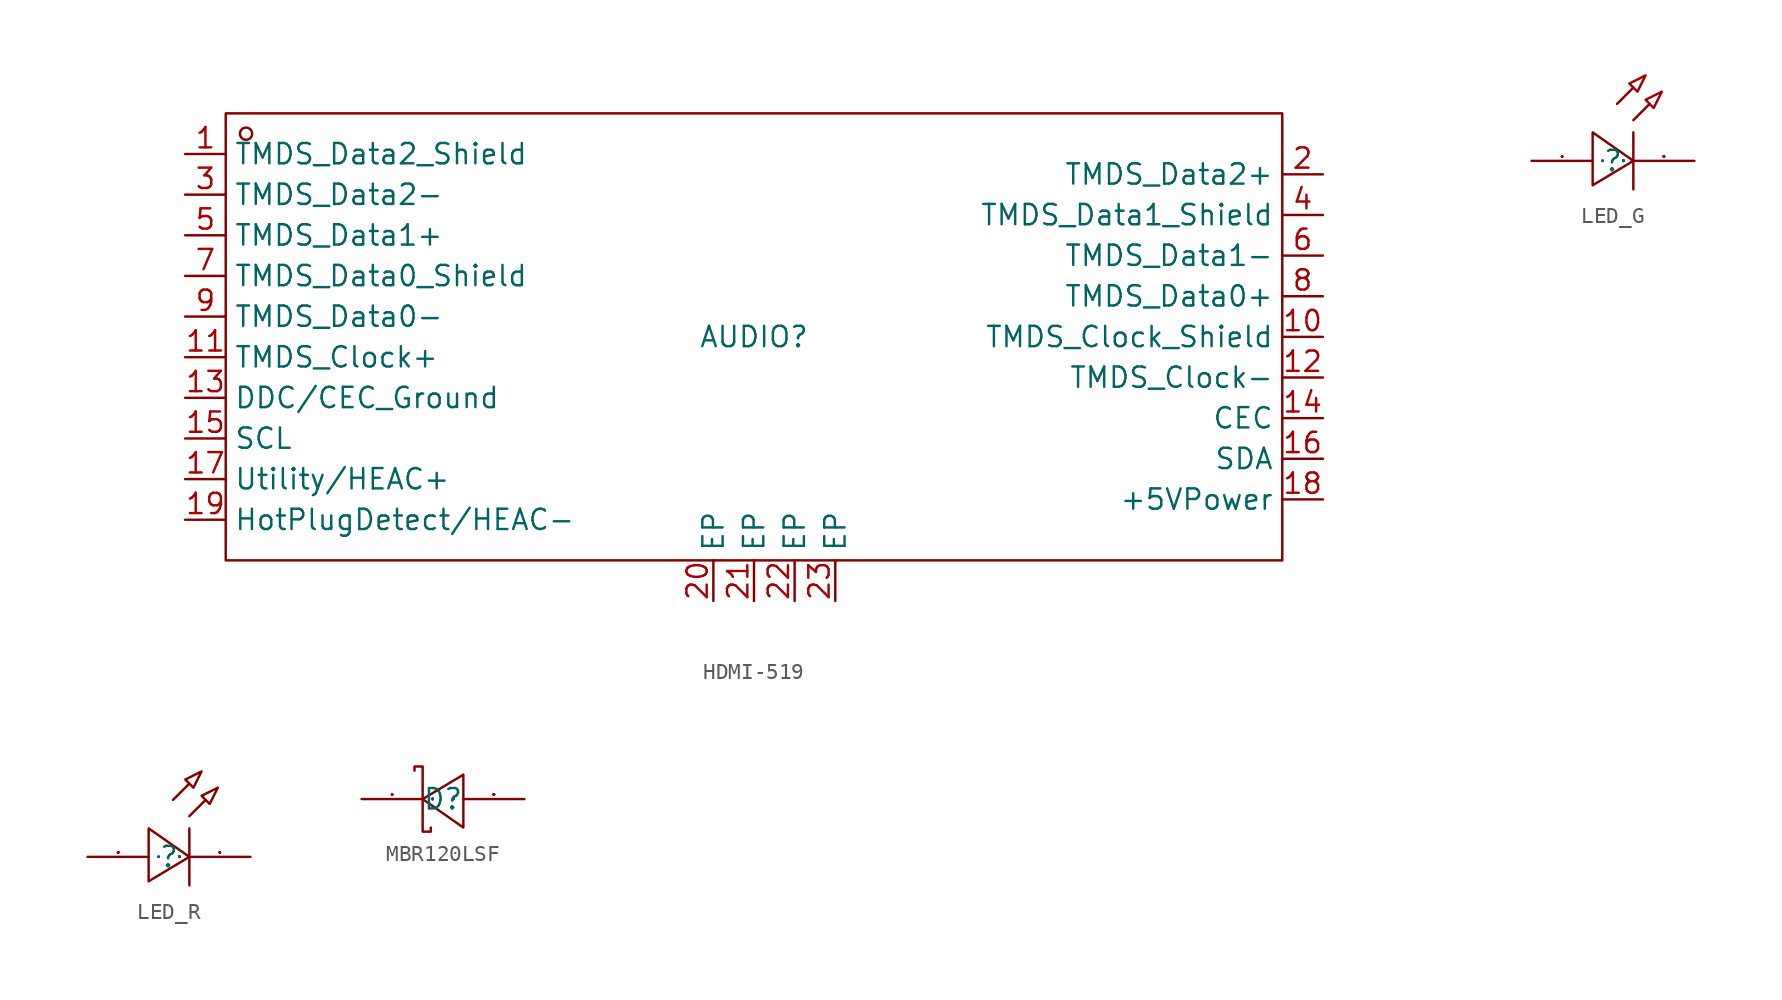
<source format=kicad_sym>
(kicad_symbol_lib
  (version 20231120)
  (generator "kicad_symbol_editor")
  (generator_version "8.0")
  (symbol "HDMI-519"
    (property "Reference" "AUDIO"
      (at 0 0 0)
      (effects (font (size 1.27 1.27))))
    (property "Value" ""
      (at 0 0 0)
      (effects (font (size 1.27 1.27))))
    (symbol "HDMI-519_1_0"
      (rectangle (start -33.02 -13.97) (end 33.02 13.97) (stroke (width 0) (type default)) (fill (type none)))
      (circle (center -31.75 12.7) (radius 0.381) (stroke (width 0) (type default)) (fill (type none)))
      (pin input line (at -35.56 11.43 0) (length 2.54) (name "TMDS_Data2_Shield" (effects (font (size 1.27 1.27)))) (number "1" (effects (font (size 1.27 1.27)))))
      (pin input line (at 35.56 0 180) (length 2.54) (name "TMDS_Clock_Shield" (effects (font (size 1.27 1.27)))) (number "10" (effects (font (size 1.27 1.27)))))
      (pin input line (at -35.56 -1.27 0) (length 2.54) (name "TMDS_Clock+" (effects (font (size 1.27 1.27)))) (number "11" (effects (font (size 1.27 1.27)))))
      (pin input line (at 35.56 -2.54 180) (length 2.54) (name "TMDS_Clock-" (effects (font (size 1.27 1.27)))) (number "12" (effects (font (size 1.27 1.27)))))
      (pin input line (at -35.56 -3.81 0) (length 2.54) (name "DDC/CEC_Ground" (effects (font (size 1.27 1.27)))) (number "13" (effects (font (size 1.27 1.27)))))
      (pin input line (at 35.56 -5.08 180) (length 2.54) (name "CEC" (effects (font (size 1.27 1.27)))) (number "14" (effects (font (size 1.27 1.27)))))
      (pin input line (at -35.56 -6.35 0) (length 2.54) (name "SCL" (effects (font (size 1.27 1.27)))) (number "15" (effects (font (size 1.27 1.27)))))
      (pin input line (at 35.56 -7.62 180) (length 2.54) (name "SDA" (effects (font (size 1.27 1.27)))) (number "16" (effects (font (size 1.27 1.27)))))
      (pin input line (at -35.56 -8.89 0) (length 2.54) (name "Utility/HEAC+" (effects (font (size 1.27 1.27)))) (number "17" (effects (font (size 1.27 1.27)))))
      (pin input line (at 35.56 -10.16 180) (length 2.54) (name "+5VPower" (effects (font (size 1.27 1.27)))) (number "18" (effects (font (size 1.27 1.27)))))
      (pin input line (at -35.56 -11.43 0) (length 2.54) (name "HotPlugDetect/HEAC-" (effects (font (size 1.27 1.27)))) (number "19" (effects (font (size 1.27 1.27)))))
      (pin input line (at 35.56 10.16 180) (length 2.54) (name "TMDS_Data2+" (effects (font (size 1.27 1.27)))) (number "2" (effects (font (size 1.27 1.27)))))
      (pin input line (at -2.54 -16.51 90) (length 2.54) (name "EP" (effects (font (size 1.27 1.27)))) (number "20" (effects (font (size 1.27 1.27)))))
      (pin input line (at 0 -16.51 90) (length 2.54) (name "EP" (effects (font (size 1.27 1.27)))) (number "21" (effects (font (size 1.27 1.27)))))
      (pin input line (at 2.54 -16.51 90) (length 2.54) (name "EP" (effects (font (size 1.27 1.27)))) (number "22" (effects (font (size 1.27 1.27)))))
      (pin input line (at 5.08 -16.51 90) (length 2.54) (name "EP" (effects (font (size 1.27 1.27)))) (number "23" (effects (font (size 1.27 1.27)))))
      (pin input line (at -35.56 8.89 0) (length 2.54) (name "TMDS_Data2-" (effects (font (size 1.27 1.27)))) (number "3" (effects (font (size 1.27 1.27)))))
      (pin input line (at 35.56 7.62 180) (length 2.54) (name "TMDS_Data1_Shield" (effects (font (size 1.27 1.27)))) (number "4" (effects (font (size 1.27 1.27)))))
      (pin input line (at -35.56 6.35 0) (length 2.54) (name "TMDS_Data1+" (effects (font (size 1.27 1.27)))) (number "5" (effects (font (size 1.27 1.27)))))
      (pin input line (at 35.56 5.08 180) (length 2.54) (name "TMDS_Data1-" (effects (font (size 1.27 1.27)))) (number "6" (effects (font (size 1.27 1.27)))))
      (pin input line (at -35.56 3.81 0) (length 2.54) (name "TMDS_Data0_Shield" (effects (font (size 1.27 1.27)))) (number "7" (effects (font (size 1.27 1.27)))))
      (pin input line (at 35.56 2.54 180) (length 2.54) (name "TMDS_Data0+" (effects (font (size 1.27 1.27)))) (number "8" (effects (font (size 1.27 1.27)))))
      (pin input line (at -35.56 1.27 0) (length 2.54) (name "TMDS_Data0-" (effects (font (size 1.27 1.27)))) (number "9" (effects (font (size 1.27 1.27)))))))
  (symbol "LED_G"
    (property "Reference" ""
      (at 0 0 0)
      (effects (font (size 1.27 1.27))))
    (property "Value" ""
      (at 0 0 0)
      (effects (font (size 1.27 1.27))))
    (symbol "LED_G_1_0"
      (polyline (pts (xy 0.254 3.556) (xy 1.27 4.572)) (stroke (width 0) (type default)) (fill (type none)))
      (polyline (pts (xy 1.27 -1.778) (xy 1.27 1.778)) (stroke (width 0) (type default)) (fill (type none)))
      (polyline (pts (xy 1.27 2.54) (xy 2.286 3.556)) (stroke (width 0) (type default)) (fill (type none)))
      (polyline (pts (xy -1.27 -1.524) (xy 1.27 0) (xy -1.27 1.778) (xy -1.27 -1.524)) (stroke (width 0) (type default)) (fill (type none)))
      (polyline (pts (xy 2.032 5.334) (xy 1.016 4.826) (xy 1.524 4.318) (xy 2.032 5.334)) (stroke (width 0) (type default) (color 160 0 0 1)) (fill (type none)))
      (polyline (pts (xy 3.048 4.318) (xy 2.032 3.81) (xy 2.54 3.302) (xy 3.048 4.318)) (stroke (width 0) (type default) (color 160 0 0 1)) (fill (type none)))
      (pin input line (at -5.08 0 0) (length 3.81) (name "A" (effects (font (size 0.025 0.025)))) (number "1" (effects (font (size 0.025 0.025)))))
      (pin input line (at 5.08 0 180) (length 3.81) (name "C" (effects (font (size 0.025 0.025)))) (number "2" (effects (font (size 0.025 0.025)))))))
  (symbol "LED_R"
    (property "Reference" ""
      (at 0 0 0)
      (effects (font (size 1.27 1.27))))
    (property "Value" ""
      (at 0 0 0)
      (effects (font (size 1.27 1.27))))
    (symbol "LED_R_1_0"
      (polyline (pts (xy 0.254 3.556) (xy 1.27 4.572)) (stroke (width 0) (type default)) (fill (type none)))
      (polyline (pts (xy 1.27 -1.778) (xy 1.27 1.778)) (stroke (width 0) (type default)) (fill (type none)))
      (polyline (pts (xy 1.27 2.54) (xy 2.286 3.556)) (stroke (width 0) (type default)) (fill (type none)))
      (polyline (pts (xy -1.27 -1.524) (xy 1.27 0) (xy -1.27 1.778) (xy -1.27 -1.524)) (stroke (width 0) (type default)) (fill (type none)))
      (polyline (pts (xy 2.032 5.334) (xy 1.016 4.826) (xy 1.524 4.318) (xy 2.032 5.334)) (stroke (width 0) (type default)) (fill (type none)))
      (polyline (pts (xy 3.048 4.318) (xy 2.032 3.81) (xy 2.54 3.302) (xy 3.048 4.318)) (stroke (width 0) (type default)) (fill (type none)))
      (pin input line (at 5.08 0 180) (length 3.81) (name "C" (effects (font (size 0.025 0.025)))) (number "1" (effects (font (size 0.025 0.025)))))
      (pin input line (at -5.08 0 0) (length 3.81) (name "A" (effects (font (size 0.025 0.025)))) (number "2" (effects (font (size 0.025 0.025)))))))
  (symbol "MBR120LSF"
    (property "Reference" "D"
      (at 0 0 0)
      (effects (font (size 1.27 1.27))))
    (property "Value" ""
      (at 0 0 0)
      (effects (font (size 1.27 1.27))))
    (symbol "MBR120LSF_1_0"
      (polyline (pts (xy 1.27 1.524) (xy -1.27 0) (xy -1.27 0) (xy 1.27 -1.778) (xy 1.27 -1.778) (xy 1.27 1.524)) (stroke (width 0) (type default)) (fill (type none)))
      (polyline (pts (xy -1.778 1.778) (xy -1.778 2.032) (xy -1.778 2.032) (xy -1.27 2.032) (xy -1.27 2.032) (xy -1.27 -2.032) (xy -1.27 -2.032) (xy -0.762 -2.032) (xy -0.762 -2.032) (xy -0.762 -1.778)) (stroke (width 0) (type default)) (fill (type none)))
      (pin input line (at -5.08 0 0) (length 3.81) (name "C" (effects (font (size 0.025 0.025)))) (number "1" (effects (font (size 0.025 0.025)))))
      (pin input line (at 5.08 0 180) (length 3.81) (name "A" (effects (font (size 0.025 0.025)))) (number "2" (effects (font (size 0.025 0.025))))))))
</source>
